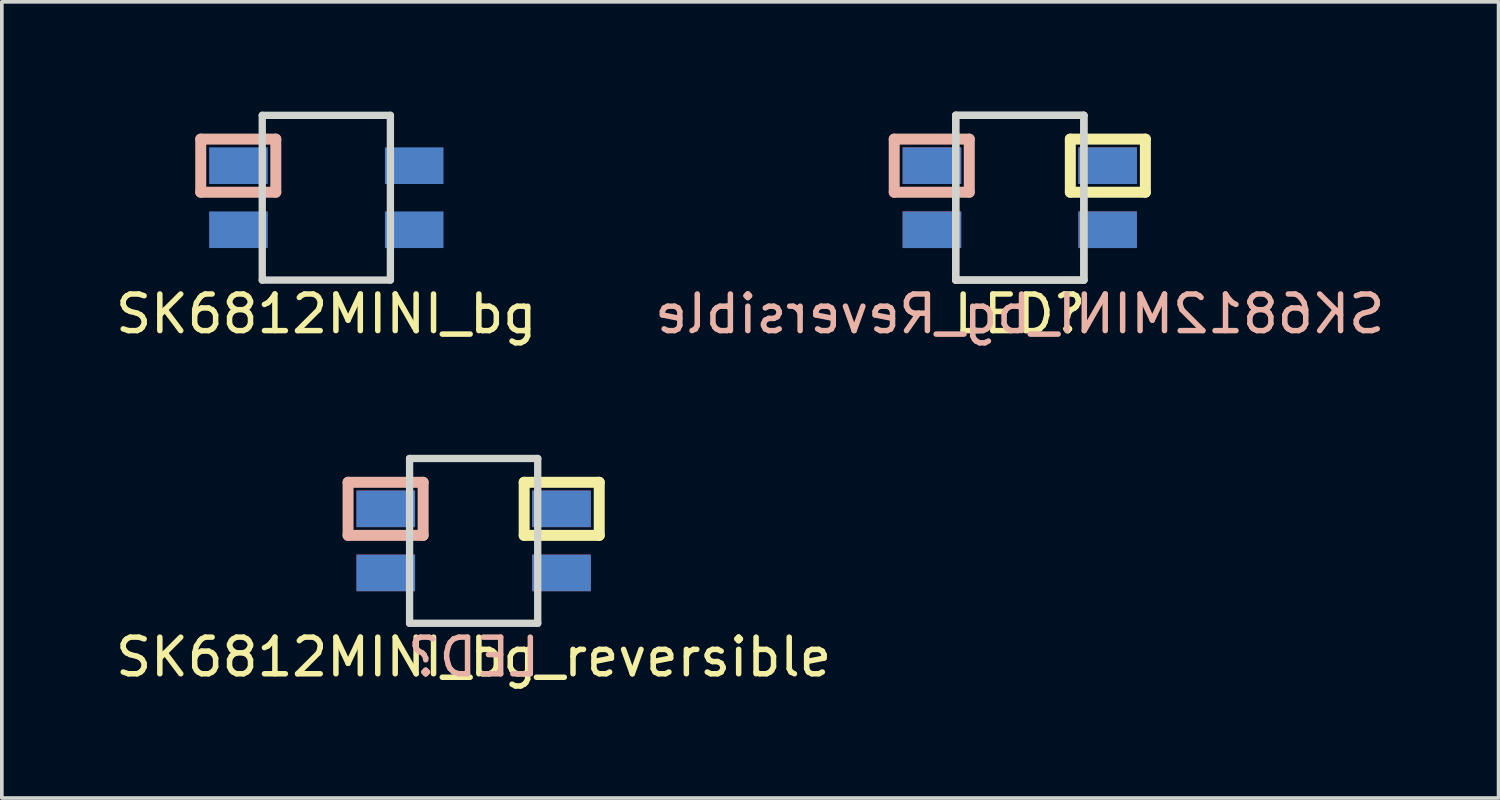
<source format=kicad_pcb>
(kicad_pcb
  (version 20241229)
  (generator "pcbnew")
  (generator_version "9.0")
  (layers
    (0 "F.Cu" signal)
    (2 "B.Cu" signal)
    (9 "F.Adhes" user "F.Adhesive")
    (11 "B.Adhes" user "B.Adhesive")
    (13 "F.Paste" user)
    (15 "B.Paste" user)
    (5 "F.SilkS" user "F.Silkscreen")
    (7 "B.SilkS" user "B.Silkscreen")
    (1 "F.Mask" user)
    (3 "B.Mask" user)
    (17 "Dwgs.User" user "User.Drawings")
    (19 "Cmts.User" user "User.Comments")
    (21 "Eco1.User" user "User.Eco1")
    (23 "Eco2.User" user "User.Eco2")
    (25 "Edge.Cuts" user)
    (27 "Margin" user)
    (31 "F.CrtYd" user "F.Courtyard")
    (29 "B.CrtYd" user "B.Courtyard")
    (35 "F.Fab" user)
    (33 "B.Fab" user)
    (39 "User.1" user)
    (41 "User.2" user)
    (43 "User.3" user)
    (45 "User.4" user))
  (footprint "SK6812MINI_bg_reversible"
    (layer "F.Cu")
    (at 9.887 11.723)
    (property "Reference" "SK6812MINI_bg_reversible" (at 0 3.175 0) (layer "F.SilkS") (effects (font (size 1 1) (thickness 0.15))))
    (attr through_hole)
    (fp_line (start 1.38 -1.6) (end 1.38 -0.15) (stroke (width 0.3) (type solid)) (layer "F.SilkS"))
    (fp_line (start 1.38 -0.15) (end 3.43 -0.15) (stroke (width 0.3) (type solid)) (layer "F.SilkS"))
    (fp_line (start 3.43 -1.6) (end 1.38 -1.6) (stroke (width 0.3) (type solid)) (layer "F.SilkS"))
    (fp_line (start 3.43 -0.15) (end 3.43 -1.6) (stroke (width 0.3) (type solid)) (layer "F.SilkS"))
    (fp_line (start -3.43 -1.6) (end -1.38 -1.6) (stroke (width 0.3) (type solid)) (layer "B.SilkS"))
    (fp_line (start -3.43 -0.15) (end -3.43 -1.6) (stroke (width 0.3) (type solid)) (layer "B.SilkS"))
    (fp_line (start -1.38 -1.6) (end -1.38 -0.15) (stroke (width 0.3) (type solid)) (layer "B.SilkS"))
    (fp_line (start -1.38 -0.15) (end -3.43 -0.15) (stroke (width 0.3) (type solid)) (layer "B.SilkS"))
    (fp_curve (pts (xy -1.75 -2.25) (xy -1.75 2.25) (xy -1.75 2.25) (xy -1.75 2.25)) (stroke (width 0.2) (type solid)) (layer "Edge.Cuts"))
    (fp_curve (pts (xy -1.75 -2.25) (xy 1.75 -2.25) (xy 1.75 -2.25) (xy 1.75 -2.25)) (stroke (width 0.2) (type solid)) (layer "Edge.Cuts"))
    (fp_curve (pts (xy -1.75 2.25) (xy 1.75 2.25) (xy 1.75 2.25) (xy 1.75 2.25)) (stroke (width 0.2) (type solid)) (layer "Edge.Cuts"))
    (fp_curve (pts (xy 1.75 -2.25) (xy 1.75 2.25) (xy 1.75 2.25) (xy 1.75 2.25)) (stroke (width 0.2) (type solid)) (layer "Edge.Cuts"))
    (fp_text user "LED?" (at 0 3.175 0) (layer "B.SilkS") (effects (font (size 1 1) (thickness 0.15)) (justify mirror)))
    (pad "1" smd rect (at -2.4 0.875) (size 1.6 1) (layers "F.Cu" "F.Mask" "F.Paste"))
    (pad "1" smd rect (at 2.4 0.875 180) (size 1.6 1) (layers "B.Cu" "B.Mask" "B.Paste"))
    (pad "2" smd rect (at -2.4 -0.875) (size 1.6 1) (layers "F.Cu" "F.Mask" "F.Paste"))
    (pad "2" smd rect (at 2.4 -0.875 180) (size 1.6 1) (layers "B.Cu" "B.Mask" "B.Paste"))
    (pad "3" smd rect (at -2.4 -0.875 180) (size 1.6 1) (layers "B.Cu" "B.Mask" "B.Paste"))
    (pad "3" smd rect (at 2.4 -0.875) (size 1.6 1) (layers "F.Cu" "F.Mask" "F.Paste"))
    (pad "4" smd rect (at -2.4 0.875 180) (size 1.6 1) (layers "B.Cu" "B.Mask" "B.Paste"))
    (pad "4" smd rect (at 2.4 0.875) (size 1.6 1) (layers "F.Cu" "F.Mask" "F.Paste")))
  (footprint "SK6812MINI_bg"
    (layer "F.Cu")
    (at 5.863 2.35)
    (property "Reference" "SK6812MINI_bg" (at 0 3.175 0) (layer "F.SilkS") (effects (font (size 1 1) (thickness 0.15))))
    (attr through_hole)
    (fp_line (start -3.43 -1.6) (end -1.38 -1.6) (stroke (width 0.3) (type solid)) (layer "B.SilkS"))
    (fp_line (start -3.43 -0.15) (end -3.43 -1.6) (stroke (width 0.3) (type solid)) (layer "B.SilkS"))
    (fp_line (start -1.38 -1.6) (end -1.38 -0.15) (stroke (width 0.3) (type solid)) (layer "B.SilkS"))
    (fp_line (start -1.38 -0.15) (end -3.43 -0.15) (stroke (width 0.3) (type solid)) (layer "B.SilkS"))
    (fp_curve (pts (xy -1.75 -2.25) (xy -1.75 2.25) (xy -1.75 2.25) (xy -1.75 2.25)) (stroke (width 0.2) (type solid)) (layer "Edge.Cuts"))
    (fp_curve (pts (xy -1.75 -2.25) (xy 1.75 -2.25) (xy 1.75 -2.25) (xy 1.75 -2.25)) (stroke (width 0.2) (type solid)) (layer "Edge.Cuts"))
    (fp_curve (pts (xy -1.75 2.25) (xy 1.75 2.25) (xy 1.75 2.25) (xy 1.75 2.25)) (stroke (width 0.2) (type solid)) (layer "Edge.Cuts"))
    (fp_curve (pts (xy 1.75 -2.25) (xy 1.75 2.25) (xy 1.75 2.25) (xy 1.75 2.25)) (stroke (width 0.2) (type solid)) (layer "Edge.Cuts"))
    (pad "1" smd rect (at 2.4 0.875 180) (size 1.6 1) (layers "B.Cu" "B.Mask" "B.Paste"))
    (pad "2" smd rect (at 2.4 -0.875 180) (size 1.6 1) (layers "B.Cu" "B.Mask" "B.Paste"))
    (pad "3" smd rect (at -2.4 -0.875 180) (size 1.6 1) (layers "B.Cu" "B.Mask" "B.Paste"))
    (pad "4" smd rect (at -2.4 0.875 180) (size 1.6 1) (layers "B.Cu" "B.Mask" "B.Paste")))
  (footprint "SK6812MINI_bg_Reversible"
    (layer "F.Cu")
    (at 24.804 2.35)
    (property "Reference" "SK6812MINI_bg_Reversible" (at 0 3.175 0) (unlocked yes) (layer "B.SilkS") (effects (font (size 1 1) (thickness 0.15)) (justify mirror)))
    (attr through_hole)
    (fp_line (start 1.38 -1.6) (end 1.38 -0.15) (stroke (width 0.3) (type solid)) (layer "F.SilkS"))
    (fp_line (start 1.38 -0.15) (end 3.43 -0.15) (stroke (width 0.3) (type solid)) (layer "F.SilkS"))
    (fp_line (start 3.43 -1.6) (end 1.38 -1.6) (stroke (width 0.3) (type solid)) (layer "F.SilkS"))
    (fp_line (start 3.43 -0.15) (end 3.43 -1.6) (stroke (width 0.3) (type solid)) (layer "F.SilkS"))
    (fp_line (start -3.43 -1.6) (end -1.38 -1.6) (stroke (width 0.3) (type solid)) (layer "B.SilkS"))
    (fp_line (start -3.43 -0.15) (end -3.43 -1.6) (stroke (width 0.3) (type solid)) (layer "B.SilkS"))
    (fp_line (start -1.38 -1.6) (end -1.38 -0.15) (stroke (width 0.3) (type solid)) (layer "B.SilkS"))
    (fp_line (start -1.38 -0.15) (end -3.43 -0.15) (stroke (width 0.3) (type solid)) (layer "B.SilkS"))
    (fp_curve (pts (xy -1.75 -2.25) (xy -1.75 2.25) (xy -1.75 2.25) (xy -1.75 2.25)) (stroke (width 0.2) (type solid)) (layer "Edge.Cuts"))
    (fp_curve (pts (xy -1.75 -2.25) (xy -1.75 2.25) (xy -1.75 2.25) (xy -1.75 2.25)) (stroke (width 0.2) (type solid)) (layer "Edge.Cuts"))
    (fp_curve (pts (xy -1.75 -2.25) (xy 1.75 -2.25) (xy 1.75 -2.25) (xy 1.75 -2.25)) (stroke (width 0.2) (type solid)) (layer "Edge.Cuts"))
    (fp_curve (pts (xy -1.75 2.25) (xy 1.75 2.25) (xy 1.75 2.25) (xy 1.75 2.25)) (stroke (width 0.2) (type solid)) (layer "Edge.Cuts"))
    (fp_curve (pts (xy 1.75 -2.25) (xy -1.75 -2.25) (xy -1.75 -2.25) (xy -1.75 -2.25)) (stroke (width 0.2) (type solid)) (layer "Edge.Cuts"))
    (fp_curve (pts (xy 1.75 -2.25) (xy 1.75 2.25) (xy 1.75 2.25) (xy 1.75 2.25)) (stroke (width 0.2) (type solid)) (layer "Edge.Cuts"))
    (fp_curve (pts (xy 1.75 -2.25) (xy 1.75 2.25) (xy 1.75 2.25) (xy 1.75 2.25)) (stroke (width 0.2) (type solid)) (layer "Edge.Cuts"))
    (fp_curve (pts (xy 1.75 2.25) (xy -1.75 2.25) (xy -1.75 2.25) (xy -1.75 2.25)) (stroke (width 0.2) (type solid)) (layer "Edge.Cuts"))
    (fp_text user "LED?" (at 0 3.175 0) (unlocked yes) (layer "F.SilkS") (effects (font (size 1 1) (thickness 0.15))))
    (pad "1" smd rect (at -2.4 0.875 180) (size 1.6 1) (layers "F.Cu" "F.Mask" "F.Paste"))
    (pad "1" smd rect (at 2.4 0.875 180) (size 1.6 1) (layers "B.Cu" "B.Mask" "B.Paste"))
    (pad "2" smd rect (at -2.4 -0.875 180) (size 1.6 1) (layers "F.Cu" "F.Mask" "F.Paste"))
    (pad "2" smd rect (at 2.4 -0.875 180) (size 1.6 1) (layers "B.Cu" "B.Mask" "B.Paste"))
    (pad "3" smd rect (at -2.4 -0.875 180) (size 1.6 1) (layers "B.Cu" "B.Mask" "B.Paste"))
    (pad "3" smd rect (at 2.4 -0.875 180) (size 1.6 1) (layers "F.Cu" "F.Mask" "F.Paste"))
    (pad "4" smd rect (at -2.4 0.875 180) (size 1.6 1) (layers "B.Cu" "B.Mask" "B.Paste"))
    (pad "4" smd rect (at 2.4 0.875 180) (size 1.6 1) (layers "F.Cu" "F.Mask" "F.Paste")))
  (gr_rect
    (start -3 -3)
    (end 37.881 18.747)
    (stroke (width 0.1) (type default))
    (fill no)
    (layer "Edge.Cuts")))
</source>
